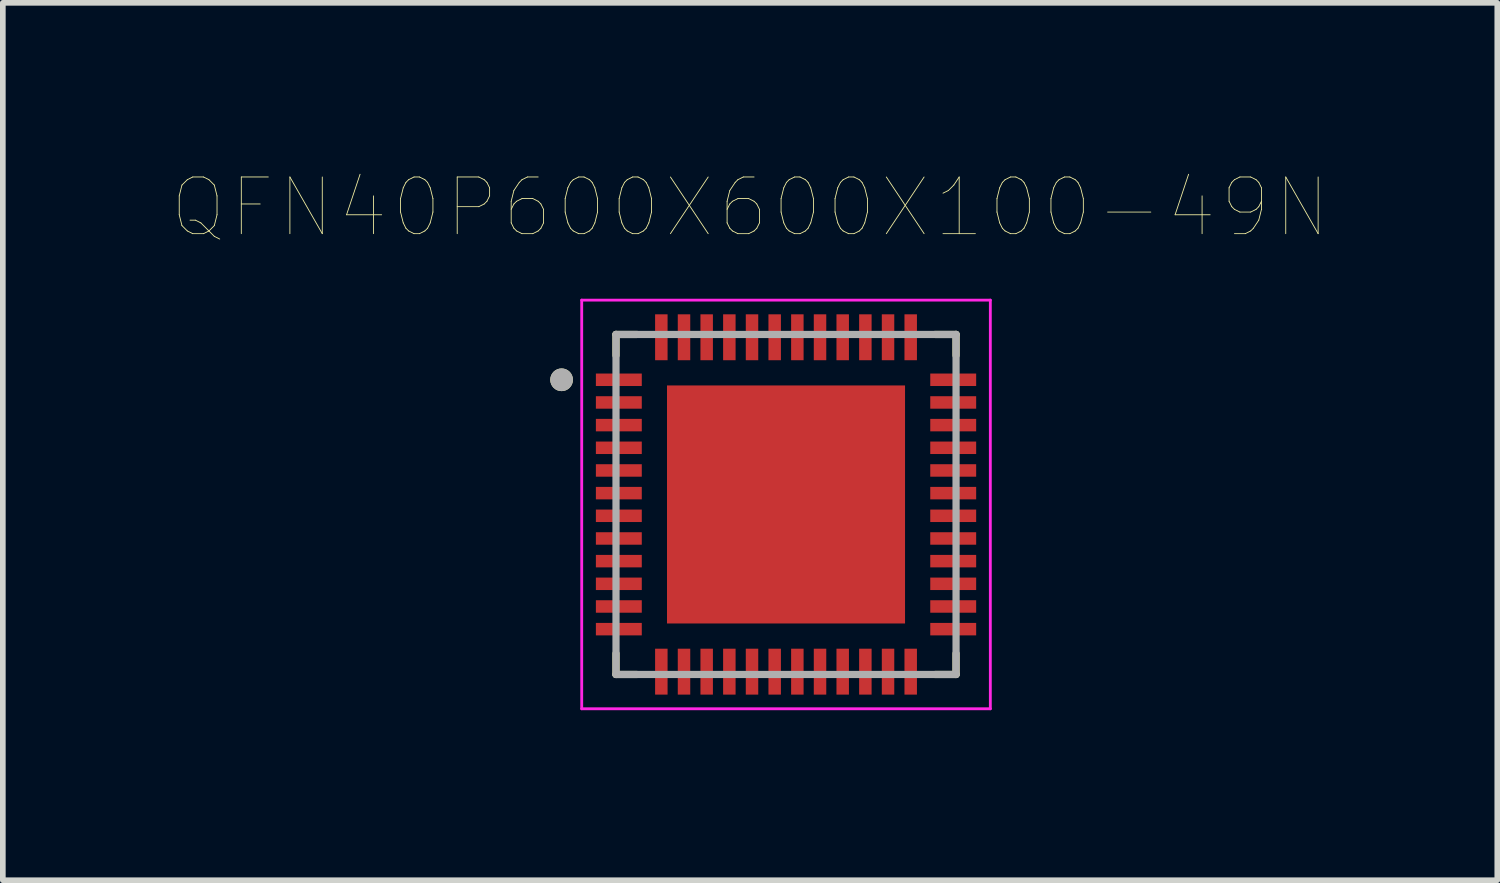
<source format=kicad_pcb>
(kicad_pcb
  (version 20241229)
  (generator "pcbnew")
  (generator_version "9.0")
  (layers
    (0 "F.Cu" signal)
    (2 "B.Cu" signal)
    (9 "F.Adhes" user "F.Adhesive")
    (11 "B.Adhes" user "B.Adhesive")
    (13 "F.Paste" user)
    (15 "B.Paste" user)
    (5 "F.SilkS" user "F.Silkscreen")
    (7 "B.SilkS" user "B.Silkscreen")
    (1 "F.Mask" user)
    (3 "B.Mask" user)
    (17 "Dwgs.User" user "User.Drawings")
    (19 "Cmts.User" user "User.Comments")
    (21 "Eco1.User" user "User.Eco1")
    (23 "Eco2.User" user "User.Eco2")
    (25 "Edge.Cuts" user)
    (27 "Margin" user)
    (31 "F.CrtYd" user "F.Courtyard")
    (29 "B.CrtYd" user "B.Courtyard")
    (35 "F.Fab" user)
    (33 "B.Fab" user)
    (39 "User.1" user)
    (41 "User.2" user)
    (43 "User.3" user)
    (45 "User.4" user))
  (footprint "QFN40P600X600X100-49N"
    (layer "F.Cu")
    (at 10.819 5.851)
    (property "Reference" "QFN40P600X600X100-49N" (at -0.635 -5.24 0) (layer "F.SilkS") (effects (font (size 1 1) (thickness 0.015))))
    (attr through_hole)
    (fp_line (start -3 -3) (end -3 -2.63) (stroke (width 0.127) (type solid)) (layer "F.SilkS"))
    (fp_line (start -3 -3) (end -2.63 -3) (stroke (width 0.127) (type solid)) (layer "F.SilkS"))
    (fp_line (start -3 3) (end -3 2.63) (stroke (width 0.127) (type solid)) (layer "F.SilkS"))
    (fp_line (start -3 3) (end -2.63 3) (stroke (width 0.127) (type solid)) (layer "F.SilkS"))
    (fp_line (start 3 -3) (end 2.63 -3) (stroke (width 0.127) (type solid)) (layer "F.SilkS"))
    (fp_line (start 3 -3) (end 3 -2.63) (stroke (width 0.127) (type solid)) (layer "F.SilkS"))
    (fp_line (start 3 3) (end 2.63 3) (stroke (width 0.127) (type solid)) (layer "F.SilkS"))
    (fp_line (start 3 3) (end 3 2.63) (stroke (width 0.127) (type solid)) (layer "F.SilkS"))
    (fp_circle (center -3.96 -2.2) (end -3.86 -2.2) (stroke (width 0.2) (type solid)) (fill no) (layer "F.SilkS"))
    (fp_poly (pts (xy -1.71 -1.71) (xy -0.39 -1.71) (xy -0.39 -0.39) (xy -1.71 -0.39)) (stroke (width 0.01) (type solid)) (fill yes) (layer "F.Paste"))
    (fp_poly (pts (xy -1.71 0.39) (xy -0.39 0.39) (xy -0.39 1.71) (xy -1.71 1.71)) (stroke (width 0.01) (type solid)) (fill yes) (layer "F.Paste"))
    (fp_poly (pts (xy 0.39 -1.71) (xy 1.71 -1.71) (xy 1.71 -0.39) (xy 0.39 -0.39)) (stroke (width 0.01) (type solid)) (fill yes) (layer "F.Paste"))
    (fp_poly (pts (xy 0.39 0.39) (xy 1.71 0.39) (xy 1.71 1.71) (xy 0.39 1.71)) (stroke (width 0.01) (type solid)) (fill yes) (layer "F.Paste"))
    (fp_line (start -3.605 -3.605) (end 3.605 -3.605) (stroke (width 0.05) (type solid)) (layer "F.CrtYd"))
    (fp_line (start -3.605 3.605) (end -3.605 -3.605) (stroke (width 0.05) (type solid)) (layer "F.CrtYd"))
    (fp_line (start -3.605 3.605) (end 3.605 3.605) (stroke (width 0.05) (type solid)) (layer "F.CrtYd"))
    (fp_line (start 3.605 3.605) (end 3.605 -3.605) (stroke (width 0.05) (type solid)) (layer "F.CrtYd"))
    (fp_line (start -3 3) (end -3 -3) (stroke (width 0.127) (type solid)) (layer "F.Fab"))
    (fp_line (start 3 -3) (end -3 -3) (stroke (width 0.127) (type solid)) (layer "F.Fab"))
    (fp_line (start 3 3) (end -3 3) (stroke (width 0.127) (type solid)) (layer "F.Fab"))
    (fp_line (start 3 3) (end 3 -3) (stroke (width 0.127) (type solid)) (layer "F.Fab"))
    (fp_circle (center -3.96 -2.2) (end -3.86 -2.2) (stroke (width 0.2) (type solid)) (fill no) (layer "F.Fab"))
    (pad "1" smd rect (at -2.95 -2.2) (size 0.81 0.22) (layers "F.Cu" "F.Mask" "F.Paste"))
    (pad "2" smd rect (at -2.95 -1.8) (size 0.81 0.22) (layers "F.Cu" "F.Mask" "F.Paste"))
    (pad "3" smd rect (at -2.95 -1.4) (size 0.81 0.22) (layers "F.Cu" "F.Mask" "F.Paste"))
    (pad "4" smd rect (at -2.95 -1) (size 0.81 0.22) (layers "F.Cu" "F.Mask" "F.Paste"))
    (pad "5" smd rect (at -2.95 -0.6) (size 0.81 0.22) (layers "F.Cu" "F.Mask" "F.Paste"))
    (pad "6" smd rect (at -2.95 -0.2) (size 0.81 0.22) (layers "F.Cu" "F.Mask" "F.Paste"))
    (pad "7" smd rect (at -2.95 0.2) (size 0.81 0.22) (layers "F.Cu" "F.Mask" "F.Paste"))
    (pad "8" smd rect (at -2.95 0.6) (size 0.81 0.22) (layers "F.Cu" "F.Mask" "F.Paste"))
    (pad "9" smd rect (at -2.95 1) (size 0.81 0.22) (layers "F.Cu" "F.Mask" "F.Paste"))
    (pad "10" smd rect (at -2.95 1.4) (size 0.81 0.22) (layers "F.Cu" "F.Mask" "F.Paste"))
    (pad "11" smd rect (at -2.95 1.8) (size 0.81 0.22) (layers "F.Cu" "F.Mask" "F.Paste"))
    (pad "12" smd rect (at -2.95 2.2) (size 0.81 0.22) (layers "F.Cu" "F.Mask" "F.Paste"))
    (pad "13" smd rect (at -2.2 2.95) (size 0.22 0.81) (layers "F.Cu" "F.Mask" "F.Paste"))
    (pad "14" smd rect (at -1.8 2.95) (size 0.22 0.81) (layers "F.Cu" "F.Mask" "F.Paste"))
    (pad "15" smd rect (at -1.4 2.95) (size 0.22 0.81) (layers "F.Cu" "F.Mask" "F.Paste"))
    (pad "16" smd rect (at -1 2.95) (size 0.22 0.81) (layers "F.Cu" "F.Mask" "F.Paste"))
    (pad "17" smd rect (at -0.6 2.95) (size 0.22 0.81) (layers "F.Cu" "F.Mask" "F.Paste"))
    (pad "18" smd rect (at -0.2 2.95) (size 0.22 0.81) (layers "F.Cu" "F.Mask" "F.Paste"))
    (pad "19" smd rect (at 0.2 2.95) (size 0.22 0.81) (layers "F.Cu" "F.Mask" "F.Paste"))
    (pad "20" smd rect (at 0.6 2.95) (size 0.22 0.81) (layers "F.Cu" "F.Mask" "F.Paste"))
    (pad "21" smd rect (at 1 2.95) (size 0.22 0.81) (layers "F.Cu" "F.Mask" "F.Paste"))
    (pad "22" smd rect (at 1.4 2.95) (size 0.22 0.81) (layers "F.Cu" "F.Mask" "F.Paste"))
    (pad "23" smd rect (at 1.8 2.95) (size 0.22 0.81) (layers "F.Cu" "F.Mask" "F.Paste"))
    (pad "24" smd rect (at 2.2 2.95) (size 0.22 0.81) (layers "F.Cu" "F.Mask" "F.Paste"))
    (pad "25" smd rect (at 2.95 2.2) (size 0.81 0.22) (layers "F.Cu" "F.Mask" "F.Paste"))
    (pad "26" smd rect (at 2.95 1.8) (size 0.81 0.22) (layers "F.Cu" "F.Mask" "F.Paste"))
    (pad "27" smd rect (at 2.95 1.4) (size 0.81 0.22) (layers "F.Cu" "F.Mask" "F.Paste"))
    (pad "28" smd rect (at 2.95 1) (size 0.81 0.22) (layers "F.Cu" "F.Mask" "F.Paste"))
    (pad "29" smd rect (at 2.95 0.6) (size 0.81 0.22) (layers "F.Cu" "F.Mask" "F.Paste"))
    (pad "30" smd rect (at 2.95 0.2) (size 0.81 0.22) (layers "F.Cu" "F.Mask" "F.Paste"))
    (pad "31" smd rect (at 2.95 -0.2) (size 0.81 0.22) (layers "F.Cu" "F.Mask" "F.Paste"))
    (pad "32" smd rect (at 2.95 -0.6) (size 0.81 0.22) (layers "F.Cu" "F.Mask" "F.Paste"))
    (pad "33" smd rect (at 2.95 -1) (size 0.81 0.22) (layers "F.Cu" "F.Mask" "F.Paste"))
    (pad "34" smd rect (at 2.95 -1.4) (size 0.81 0.22) (layers "F.Cu" "F.Mask" "F.Paste"))
    (pad "35" smd rect (at 2.95 -1.8) (size 0.81 0.22) (layers "F.Cu" "F.Mask" "F.Paste"))
    (pad "36" smd rect (at 2.95 -2.2) (size 0.81 0.22) (layers "F.Cu" "F.Mask" "F.Paste"))
    (pad "37" smd rect (at 2.2 -2.95) (size 0.22 0.81) (layers "F.Cu" "F.Mask" "F.Paste"))
    (pad "38" smd rect (at 1.8 -2.95) (size 0.22 0.81) (layers "F.Cu" "F.Mask" "F.Paste"))
    (pad "39" smd rect (at 1.4 -2.95) (size 0.22 0.81) (layers "F.Cu" "F.Mask" "F.Paste"))
    (pad "40" smd rect (at 1 -2.95) (size 0.22 0.81) (layers "F.Cu" "F.Mask" "F.Paste"))
    (pad "41" smd rect (at 0.6 -2.95) (size 0.22 0.81) (layers "F.Cu" "F.Mask" "F.Paste"))
    (pad "42" smd rect (at 0.2 -2.95) (size 0.22 0.81) (layers "F.Cu" "F.Mask" "F.Paste"))
    (pad "43" smd rect (at -0.2 -2.95) (size 0.22 0.81) (layers "F.Cu" "F.Mask" "F.Paste"))
    (pad "44" smd rect (at -0.6 -2.95) (size 0.22 0.81) (layers "F.Cu" "F.Mask" "F.Paste"))
    (pad "45" smd rect (at -1 -2.95) (size 0.22 0.81) (layers "F.Cu" "F.Mask" "F.Paste"))
    (pad "46" smd rect (at -1.4 -2.95) (size 0.22 0.81) (layers "F.Cu" "F.Mask" "F.Paste"))
    (pad "47" smd rect (at -1.8 -2.95) (size 0.22 0.81) (layers "F.Cu" "F.Mask" "F.Paste"))
    (pad "48" smd rect (at -2.2 -2.95) (size 0.22 0.81) (layers "F.Cu" "F.Mask" "F.Paste"))
    (pad "49" smd rect (at 0 0) (size 4.2 4.2) (layers "F.Cu" "F.Mask")))
  (gr_rect
    (start -3 -3)
    (end 23.369 12.481)
    (stroke (width 0.1) (type default))
    (fill no)
    (layer "Edge.Cuts")))
</source>
